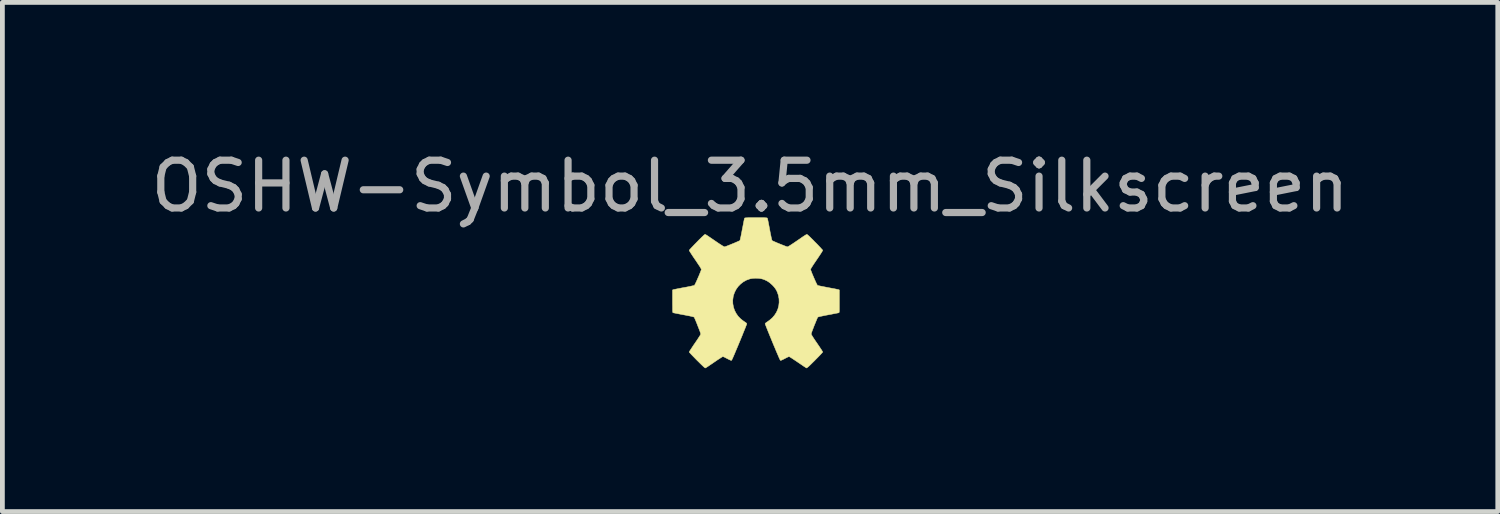
<source format=kicad_pcb>
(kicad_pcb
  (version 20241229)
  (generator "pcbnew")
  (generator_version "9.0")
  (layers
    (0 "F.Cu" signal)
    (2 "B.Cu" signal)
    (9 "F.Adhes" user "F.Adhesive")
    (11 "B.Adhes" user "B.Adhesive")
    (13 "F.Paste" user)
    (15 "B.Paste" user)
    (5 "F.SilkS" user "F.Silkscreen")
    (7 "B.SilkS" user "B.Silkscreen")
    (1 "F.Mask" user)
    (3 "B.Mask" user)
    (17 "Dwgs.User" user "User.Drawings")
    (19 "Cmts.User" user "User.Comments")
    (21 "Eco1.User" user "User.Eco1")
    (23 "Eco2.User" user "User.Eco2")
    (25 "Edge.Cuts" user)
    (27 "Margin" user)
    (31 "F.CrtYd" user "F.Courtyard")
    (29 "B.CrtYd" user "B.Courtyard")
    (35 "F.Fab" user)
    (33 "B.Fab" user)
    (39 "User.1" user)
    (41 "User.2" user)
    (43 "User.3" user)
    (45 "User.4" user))
  (footprint "OSHW-Symbol_3.5mm_Silkscreen"
    (layer "F.Cu")
    (at 12.769 3.078)
    (property "Reference" "OSHW-Symbol_3.5mm_Silkscreen" (at -0.12 -2.23 0) (layer "F.Fab") (effects (font (size 1 1) (thickness 0.15))))
    (attr exclude_from_pos_files exclude_from_bom)
    (fp_poly (pts (xy 0.062 -1.571) (xy 0.109 -1.571) (xy 0.148 -1.571) (xy 0.178 -1.571) (xy 0.2 -1.57) (xy 0.216 -1.569) (xy 0.227 -1.568) (xy 0.235 -1.566) (xy 0.239 -1.564) (xy 0.241 -1.561) (xy 0.242 -1.56) (xy 0.244 -1.552) (xy 0.249 -1.533) (xy 0.255 -1.506) (xy 0.262 -1.471) (xy 0.27 -1.429) (xy 0.279 -1.383) (xy 0.288 -1.333) (xy 0.29 -1.325) (xy 0.299 -1.275) (xy 0.308 -1.228) (xy 0.317 -1.187) (xy 0.324 -1.151) (xy 0.331 -1.123) (xy 0.336 -1.104) (xy 0.339 -1.095) (xy 0.339 -1.094) (xy 0.347 -1.089) (xy 0.364 -1.081) (xy 0.389 -1.07) (xy 0.419 -1.057) (xy 0.453 -1.042) (xy 0.49 -1.027) (xy 0.527 -1.012) (xy 0.563 -0.998) (xy 0.596 -0.985) (xy 0.624 -0.974) (xy 0.646 -0.966) (xy 0.659 -0.962) (xy 0.662 -0.962) (xy 0.67 -0.964) (xy 0.686 -0.972) (xy 0.71 -0.987) (xy 0.741 -1.007) (xy 0.781 -1.033) (xy 0.831 -1.067) (xy 0.859 -1.086) (xy 0.909 -1.12) (xy 0.949 -1.148) (xy 0.982 -1.171) (xy 1.008 -1.188) (xy 1.028 -1.201) (xy 1.043 -1.21) (xy 1.053 -1.216) (xy 1.06 -1.22) (xy 1.066 -1.221) (xy 1.069 -1.221) (xy 1.073 -1.221) (xy 1.074 -1.22) (xy 1.081 -1.215) (xy 1.096 -1.202) (xy 1.116 -1.184) (xy 1.141 -1.16) (xy 1.169 -1.132) (xy 1.2 -1.102) (xy 1.231 -1.069) (xy 1.264 -1.037) (xy 1.295 -1.005) (xy 1.324 -0.974) (xy 1.35 -0.947) (xy 1.371 -0.923) (xy 1.388 -0.905) (xy 1.398 -0.893) (xy 1.4 -0.888) (xy 1.397 -0.881) (xy 1.387 -0.865) (xy 1.373 -0.841) (xy 1.354 -0.812) (xy 1.331 -0.777) (xy 1.305 -0.738) (xy 1.277 -0.697) (xy 1.273 -0.691) (xy 1.235 -0.635) (xy 1.203 -0.588) (xy 1.179 -0.55) (xy 1.161 -0.521) (xy 1.15 -0.501) (xy 1.146 -0.491) (xy 1.146 -0.491) (xy 1.148 -0.48) (xy 1.155 -0.461) (xy 1.165 -0.435) (xy 1.177 -0.403) (xy 1.192 -0.368) (xy 1.208 -0.33) (xy 1.224 -0.293) (xy 1.24 -0.257) (xy 1.255 -0.223) (xy 1.269 -0.195) (xy 1.28 -0.173) (xy 1.288 -0.16) (xy 1.291 -0.156) (xy 1.299 -0.153) (xy 1.318 -0.148) (xy 1.346 -0.142) (xy 1.38 -0.135) (xy 1.421 -0.127) (xy 1.467 -0.118) (xy 1.512 -0.109) (xy 1.561 -0.1) (xy 1.607 -0.091) (xy 1.647 -0.084) (xy 1.682 -0.077) (xy 1.709 -0.071) (xy 1.727 -0.067) (xy 1.735 -0.065) (xy 1.748 -0.059) (xy 1.748 0.176) (xy 1.748 0.236) (xy 1.748 0.284) (xy 1.748 0.323) (xy 1.748 0.353) (xy 1.747 0.376) (xy 1.746 0.392) (xy 1.745 0.404) (xy 1.743 0.411) (xy 1.741 0.415) (xy 1.738 0.416) (xy 1.738 0.417) (xy 1.73 0.419) (xy 1.712 0.423) (xy 1.685 0.428) (xy 1.65 0.435) (xy 1.609 0.443) (xy 1.564 0.452) (xy 1.515 0.461) (xy 1.456 0.472) (xy 1.408 0.482) (xy 1.37 0.49) (xy 1.34 0.496) (xy 1.319 0.502) (xy 1.305 0.506) (xy 1.297 0.51) (xy 1.296 0.511) (xy 1.292 0.519) (xy 1.284 0.536) (xy 1.273 0.562) (xy 1.26 0.594) (xy 1.245 0.631) (xy 1.228 0.672) (xy 1.222 0.686) (xy 1.201 0.741) (xy 1.184 0.785) (xy 1.171 0.82) (xy 1.163 0.845) (xy 1.159 0.861) (xy 1.159 0.867) (xy 1.163 0.875) (xy 1.173 0.892) (xy 1.188 0.917) (xy 1.207 0.947) (xy 1.23 0.982) (xy 1.256 1.02) (xy 1.281 1.056) (xy 1.308 1.096) (xy 1.334 1.134) (xy 1.356 1.168) (xy 1.375 1.196) (xy 1.389 1.219) (xy 1.397 1.233) (xy 1.4 1.239) (xy 1.396 1.246) (xy 1.384 1.259) (xy 1.366 1.279) (xy 1.342 1.305) (xy 1.313 1.335) (xy 1.281 1.368) (xy 1.245 1.404) (xy 1.236 1.414) (xy 1.193 1.456) (xy 1.158 1.491) (xy 1.129 1.519) (xy 1.107 1.54) (xy 1.089 1.555) (xy 1.077 1.565) (xy 1.068 1.571) (xy 1.062 1.574) (xy 1.06 1.573) (xy 1.052 1.569) (xy 1.037 1.559) (xy 1.013 1.544) (xy 0.984 1.524) (xy 0.95 1.501) (xy 0.912 1.475) (xy 0.878 1.452) (xy 0.838 1.425) (xy 0.8 1.4) (xy 0.767 1.378) (xy 0.738 1.359) (xy 0.716 1.346) (xy 0.701 1.337) (xy 0.696 1.335) (xy 0.686 1.338) (xy 0.669 1.345) (xy 0.646 1.356) (xy 0.619 1.37) (xy 0.606 1.377) (xy 0.578 1.391) (xy 0.553 1.403) (xy 0.533 1.412) (xy 0.521 1.416) (xy 0.518 1.416) (xy 0.515 1.414) (xy 0.51 1.406) (xy 0.502 1.392) (xy 0.493 1.373) (xy 0.481 1.346) (xy 0.466 1.311) (xy 0.448 1.269) (xy 0.426 1.218) (xy 0.401 1.157) (xy 0.371 1.087) (xy 0.351 1.038) (xy 0.325 0.974) (xy 0.3 0.914) (xy 0.277 0.857) (xy 0.256 0.806) (xy 0.238 0.76) (xy 0.222 0.721) (xy 0.21 0.689) (xy 0.201 0.666) (xy 0.196 0.652) (xy 0.195 0.649) (xy 0.2 0.638) (xy 0.214 0.626) (xy 0.22 0.622) (xy 0.237 0.61) (xy 0.259 0.595) (xy 0.282 0.578) (xy 0.288 0.574) (xy 0.345 0.525) (xy 0.393 0.469) (xy 0.432 0.408) (xy 0.461 0.342) (xy 0.48 0.272) (xy 0.488 0.201) (xy 0.486 0.128) (xy 0.473 0.055) (xy 0.452 -0.007) (xy 0.434 -0.048) (xy 0.412 -0.084) (xy 0.385 -0.12) (xy 0.35 -0.158) (xy 0.343 -0.165) (xy 0.29 -0.212) (xy 0.236 -0.248) (xy 0.176 -0.276) (xy 0.133 -0.29) (xy 0.091 -0.299) (xy 0.041 -0.304) (xy -0.011 -0.305) (xy -0.062 -0.302) (xy -0.108 -0.295) (xy -0.127 -0.29) (xy -0.197 -0.265) (xy -0.261 -0.229) (xy -0.319 -0.184) (xy -0.37 -0.132) (xy -0.412 -0.073) (xy -0.445 -0.009) (xy -0.469 0.06) (xy -0.473 0.079) (xy -0.483 0.154) (xy -0.481 0.227) (xy -0.468 0.299) (xy -0.445 0.368) (xy -0.411 0.433) (xy -0.369 0.493) (xy -0.317 0.546) (xy -0.282 0.574) (xy -0.259 0.591) (xy -0.236 0.607) (xy -0.218 0.619) (xy -0.214 0.622) (xy -0.198 0.634) (xy -0.19 0.646) (xy -0.189 0.649) (xy -0.191 0.656) (xy -0.198 0.674) (xy -0.208 0.7) (xy -0.221 0.734) (xy -0.238 0.776) (xy -0.258 0.824) (xy -0.279 0.878) (xy -0.303 0.936) (xy -0.328 0.997) (xy -0.345 1.038) (xy -0.377 1.115) (xy -0.405 1.181) (xy -0.429 1.238) (xy -0.449 1.286) (xy -0.466 1.325) (xy -0.48 1.357) (xy -0.491 1.381) (xy -0.499 1.398) (xy -0.506 1.409) (xy -0.51 1.415) (xy -0.512 1.416) (xy -0.521 1.414) (xy -0.538 1.407) (xy -0.561 1.397) (xy -0.588 1.383) (xy -0.6 1.377) (xy -0.629 1.362) (xy -0.654 1.349) (xy -0.674 1.34) (xy -0.687 1.335) (xy -0.69 1.335) (xy -0.697 1.338) (xy -0.713 1.347) (xy -0.736 1.362) (xy -0.766 1.381) (xy -0.8 1.403) (xy -0.838 1.429) (xy -0.872 1.452) (xy -0.912 1.48) (xy -0.95 1.505) (xy -0.983 1.528) (xy -1.012 1.547) (xy -1.034 1.561) (xy -1.048 1.57) (xy -1.054 1.573) (xy -1.058 1.573) (xy -1.065 1.57) (xy -1.075 1.562) (xy -1.09 1.55) (xy -1.109 1.532) (xy -1.134 1.508) (xy -1.165 1.478) (xy -1.203 1.44) (xy -1.23 1.414) (xy -1.266 1.377) (xy -1.299 1.343) (xy -1.329 1.312) (xy -1.355 1.285) (xy -1.374 1.264) (xy -1.388 1.249) (xy -1.394 1.24) (xy -1.394 1.239) (xy -1.391 1.232) (xy -1.382 1.217) (xy -1.367 1.194) (xy -1.348 1.165) (xy -1.325 1.13) (xy -1.3 1.092) (xy -1.275 1.056) (xy -1.247 1.015) (xy -1.221 0.977) (xy -1.199 0.943) (xy -1.18 0.913) (xy -1.165 0.89) (xy -1.156 0.874) (xy -1.153 0.867) (xy -1.154 0.857) (xy -1.159 0.838) (xy -1.169 0.809) (xy -1.183 0.772) (xy -1.202 0.724) (xy -1.217 0.686) (xy -1.233 0.644) (xy -1.249 0.605) (xy -1.263 0.571) (xy -1.275 0.544) (xy -1.284 0.524) (xy -1.289 0.512) (xy -1.29 0.511) (xy -1.295 0.508) (xy -1.306 0.504) (xy -1.324 0.499) (xy -1.349 0.493) (xy -1.384 0.485) (xy -1.428 0.477) (xy -1.482 0.466) (xy -1.51 0.461) (xy -1.558 0.452) (xy -1.604 0.443) (xy -1.645 0.435) (xy -1.679 0.428) (xy -1.706 0.423) (xy -1.724 0.419) (xy -1.732 0.417) (xy -1.735 0.415) (xy -1.737 0.411) (xy -1.739 0.405) (xy -1.74 0.394) (xy -1.741 0.378) (xy -1.742 0.356) (xy -1.742 0.327) (xy -1.742 0.289) (xy -1.743 0.242) (xy -1.743 0.184) (xy -1.743 0.176) (xy -1.743 -0.059) (xy -1.729 -0.065) (xy -1.721 -0.067) (xy -1.702 -0.071) (xy -1.674 -0.077) (xy -1.639 -0.084) (xy -1.597 -0.092) (xy -1.552 -0.101) (xy -1.507 -0.109) (xy -1.458 -0.118) (xy -1.412 -0.127) (xy -1.372 -0.135) (xy -1.337 -0.143) (xy -1.31 -0.149) (xy -1.292 -0.153) (xy -1.285 -0.156) (xy -1.28 -0.163) (xy -1.271 -0.18) (xy -1.259 -0.204) (xy -1.244 -0.235) (xy -1.229 -0.269) (xy -1.213 -0.306) (xy -1.196 -0.344) (xy -1.181 -0.38) (xy -1.167 -0.415) (xy -1.155 -0.445) (xy -1.146 -0.469) (xy -1.141 -0.485) (xy -1.14 -0.491) (xy -1.144 -0.5) (xy -1.154 -0.519) (xy -1.171 -0.548) (xy -1.196 -0.585) (xy -1.227 -0.632) (xy -1.264 -0.687) (xy -1.267 -0.691) (xy -1.296 -0.733) (xy -1.322 -0.772) (xy -1.345 -0.807) (xy -1.365 -0.838) (xy -1.38 -0.862) (xy -1.39 -0.879) (xy -1.394 -0.888) (xy -1.394 -0.888) (xy -1.39 -0.895) (xy -1.379 -0.909) (xy -1.361 -0.928) (xy -1.338 -0.953) (xy -1.311 -0.981) (xy -1.282 -1.012) (xy -1.25 -1.044) (xy -1.218 -1.077) (xy -1.187 -1.109) (xy -1.156 -1.139) (xy -1.129 -1.166) (xy -1.105 -1.188) (xy -1.086 -1.206) (xy -1.073 -1.217) (xy -1.068 -1.22) (xy -1.065 -1.221) (xy -1.061 -1.222) (xy -1.056 -1.221) (xy -1.05 -1.218) (xy -1.04 -1.212) (xy -1.027 -1.204) (xy -1.008 -1.192) (xy -0.985 -1.176) (xy -0.954 -1.155) (xy -0.916 -1.129) (xy -0.869 -1.097) (xy -0.853 -1.086) (xy -0.799 -1.049) (xy -0.754 -1.019) (xy -0.718 -0.996) (xy -0.691 -0.979) (xy -0.671 -0.968) (xy -0.659 -0.962) (xy -0.656 -0.962) (xy -0.647 -0.964) (xy -0.628 -0.97) (xy -0.602 -0.98) (xy -0.571 -0.992) (xy -0.536 -1.006) (xy -0.5 -1.021) (xy -0.462 -1.036) (xy -0.427 -1.051) (xy -0.395 -1.065) (xy -0.367 -1.077) (xy -0.347 -1.086) (xy -0.335 -1.092) (xy -0.333 -1.094) (xy -0.33 -1.101) (xy -0.326 -1.119) (xy -0.32 -1.146) (xy -0.312 -1.18) (xy -0.304 -1.221) (xy -0.295 -1.267) (xy -0.286 -1.316) (xy -0.284 -1.325) (xy -0.274 -1.375) (xy -0.265 -1.422) (xy -0.257 -1.464) (xy -0.25 -1.5) (xy -0.244 -1.529) (xy -0.239 -1.549) (xy -0.236 -1.559) (xy -0.236 -1.56) (xy -0.234 -1.563) (xy -0.231 -1.565) (xy -0.226 -1.567) (xy -0.217 -1.568) (xy -0.203 -1.569) (xy -0.184 -1.57) (xy -0.158 -1.571) (xy -0.124 -1.571) (xy -0.081 -1.571) (xy -0.028 -1.571) (xy 0.003 -1.571) (xy 0.062 -1.571)) (stroke (width 0.01) (type solid)) (fill yes) (layer "F.SilkS")))
  (gr_rect
    (start -3 -3)
    (end 28.298 7.657)
    (stroke (width 0.1) (type default))
    (fill no)
    (layer "Edge.Cuts")))
</source>
